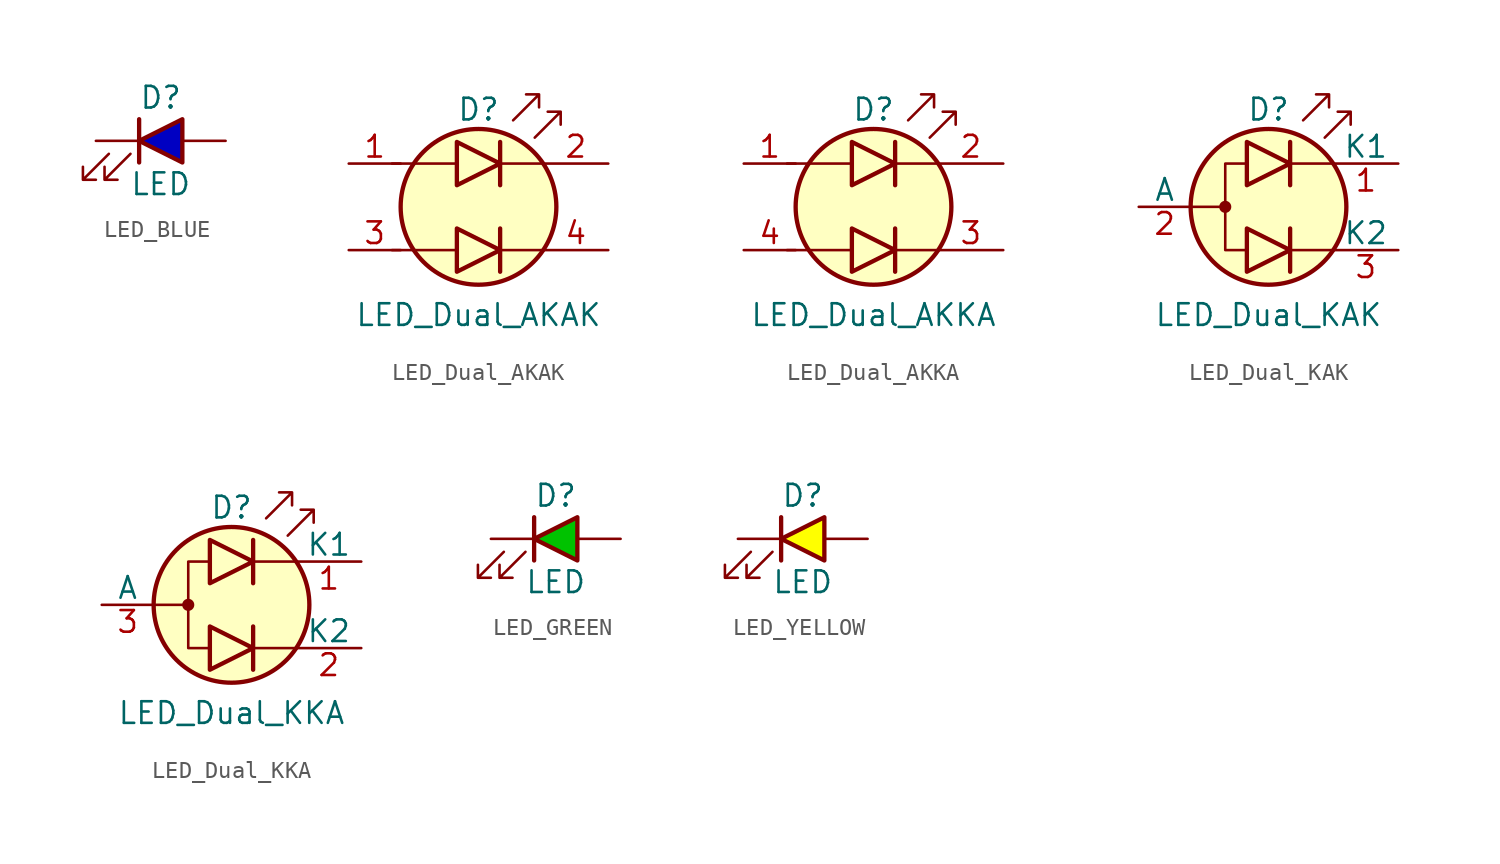
<source format=kicad_sym>
(kicad_symbol_lib
  (version 20241209)
  (generator "kicad_symbol_editor")
  (generator_version "9.0")
  (symbol "LED_BLUE"
    (pin_numbers
      (hide yes))
    (pin_names
      (offset 1.016)
      (hide yes))
    (property "Reference" "D"
      (at 0 2.54 0)
      (effects (font (size 1.27 1.27))))
    (property "Value" "LED"
      (at 0 -2.54 0)
      (effects (font (size 1.27 1.27))))
    (symbol "LED_BLUE_0_1"
      (polyline (pts (xy -3.048 -0.762) (xy -4.572 -2.286) (xy -3.81 -2.286) (xy -4.572 -2.286) (xy -4.572 -1.524)) (stroke (width 0) (type default)) (fill (type none)))
      (polyline (pts (xy -1.778 -0.762) (xy -3.302 -2.286) (xy -2.54 -2.286) (xy -3.302 -2.286) (xy -3.302 -1.524)) (stroke (width 0) (type default)) (fill (type none)))
      (polyline (pts (xy -1.27 -1.27) (xy -1.27 1.27)) (stroke (width 0.254) (type default)) (fill (type none))))
    (symbol "LED_BLUE_1_1"
      (polyline (pts (xy 1.27 -1.27) (xy 1.27 1.27) (xy -1.27 0) (xy 1.27 -1.27)) (stroke (width 0.254) (type solid)) (fill (type color) (color 0 0 194 1)))
      (pin passive line (at -3.81 0 0) (length 2.54) (name "K" (effects (font (size 1.27 1.27)))) (number "1" (effects (font (size 1.27 1.27)))))
      (pin passive line (at 3.81 0 180) (length 2.54) (name "A" (effects (font (size 1.27 1.27)))) (number "2" (effects (font (size 1.27 1.27)))))))
  (symbol "LED_Dual_AKAK"
    (pin_names
      (offset 0)
      (hide yes))
    (property "Reference" "D"
      (at 0 5.715 0)
      (effects (font (size 1.27 1.27))))
    (property "Value" "LED_Dual_AKAK"
      (at 0 -6.35 0)
      (effects (font (size 1.27 1.27))))
    (symbol "LED_Dual_AKAK_0_1"
      (polyline (pts (xy -5.08 2.54) (xy -1.27 2.54)) (stroke (width 0) (type default)) (fill (type none)))
      (polyline (pts (xy -5.08 -2.54) (xy -1.27 -2.54)) (stroke (width 0) (type default)) (fill (type none)))
      (polyline (pts (xy -1.27 3.81) (xy -1.27 1.27) (xy 1.27 2.54) (xy -1.27 3.81)) (stroke (width 0.254) (type default)) (fill (type none)))
      (polyline (pts (xy -1.27 -1.27) (xy -1.27 -3.81) (xy 1.27 -2.54) (xy -1.27 -1.27)) (stroke (width 0.254) (type default)) (fill (type none)))
      (circle (center 0 0) (radius 4.572) (stroke (width 0.254) (type default)) (fill (type background)))
      (polyline (pts (xy 1.27 3.81) (xy 1.27 1.27)) (stroke (width 0.254) (type default)) (fill (type none)))
      (polyline (pts (xy 1.27 -1.27) (xy 1.27 -3.81)) (stroke (width 0.254) (type default)) (fill (type none)))
      (polyline (pts (xy 2.032 5.08) (xy 3.556 6.604) (xy 2.794 6.604) (xy 3.556 6.604) (xy 3.556 5.842)) (stroke (width 0) (type default)) (fill (type none)))
      (polyline (pts (xy 3.302 4.064) (xy 4.826 5.588) (xy 4.064 5.588) (xy 4.826 5.588) (xy 4.826 4.826)) (stroke (width 0) (type default)) (fill (type none)))
      (polyline (pts (xy 3.81 2.54) (xy 1.27 2.54)) (stroke (width 0) (type default)) (fill (type none)))
      (polyline (pts (xy 3.81 -2.54) (xy 1.27 -2.54)) (stroke (width 0) (type default)) (fill (type none))))
    (symbol "LED_Dual_AKAK_1_1"
      (pin input line (at -7.62 2.54 0) (length 3.048) (name "A1" (effects (font (size 1.27 1.27)))) (number "1" (effects (font (size 1.27 1.27)))))
      (pin input line (at -7.62 -2.54 0) (length 3.048) (name "A2" (effects (font (size 1.27 1.27)))) (number "3" (effects (font (size 1.27 1.27)))))
      (pin input line (at 7.62 2.54 180) (length 3.81) (name "K1" (effects (font (size 1.27 1.27)))) (number "2" (effects (font (size 1.27 1.27)))))
      (pin input line (at 7.62 -2.54 180) (length 3.81) (name "K2" (effects (font (size 1.27 1.27)))) (number "4" (effects (font (size 1.27 1.27)))))))
  (symbol "LED_Dual_AKKA"
    (pin_names
      (offset 0)
      (hide yes))
    (property "Reference" "D"
      (at 0 5.715 0)
      (effects (font (size 1.27 1.27))))
    (property "Value" "LED_Dual_AKKA"
      (at 0 -6.35 0)
      (effects (font (size 1.27 1.27))))
    (symbol "LED_Dual_AKKA_0_1"
      (polyline (pts (xy -5.08 2.54) (xy -1.27 2.54)) (stroke (width 0) (type default)) (fill (type none)))
      (polyline (pts (xy -5.08 -2.54) (xy -1.27 -2.54)) (stroke (width 0) (type default)) (fill (type none)))
      (polyline (pts (xy -1.27 3.81) (xy -1.27 1.27) (xy 1.27 2.54) (xy -1.27 3.81)) (stroke (width 0.254) (type default)) (fill (type none)))
      (polyline (pts (xy -1.27 -1.27) (xy -1.27 -3.81) (xy 1.27 -2.54) (xy -1.27 -1.27)) (stroke (width 0.254) (type default)) (fill (type none)))
      (circle (center 0 0) (radius 4.572) (stroke (width 0.254) (type default)) (fill (type background)))
      (polyline (pts (xy 1.27 3.81) (xy 1.27 1.27)) (stroke (width 0.254) (type default)) (fill (type none)))
      (polyline (pts (xy 1.27 -1.27) (xy 1.27 -3.81)) (stroke (width 0.254) (type default)) (fill (type none)))
      (polyline (pts (xy 2.032 5.08) (xy 3.556 6.604) (xy 2.794 6.604) (xy 3.556 6.604) (xy 3.556 5.842)) (stroke (width 0) (type default)) (fill (type none)))
      (polyline (pts (xy 3.302 4.064) (xy 4.826 5.588) (xy 4.064 5.588) (xy 4.826 5.588) (xy 4.826 4.826)) (stroke (width 0) (type default)) (fill (type none)))
      (polyline (pts (xy 3.81 2.54) (xy 1.27 2.54)) (stroke (width 0) (type default)) (fill (type none)))
      (polyline (pts (xy 3.81 -2.54) (xy 1.27 -2.54)) (stroke (width 0) (type default)) (fill (type none))))
    (symbol "LED_Dual_AKKA_1_1"
      (pin input line (at -7.62 2.54 0) (length 3.048) (name "A1" (effects (font (size 1.27 1.27)))) (number "1" (effects (font (size 1.27 1.27)))))
      (pin input line (at -7.62 -2.54 0) (length 3.048) (name "A2" (effects (font (size 1.27 1.27)))) (number "4" (effects (font (size 1.27 1.27)))))
      (pin input line (at 7.62 2.54 180) (length 3.81) (name "K1" (effects (font (size 1.27 1.27)))) (number "2" (effects (font (size 1.27 1.27)))))
      (pin input line (at 7.62 -2.54 180) (length 3.81) (name "K2" (effects (font (size 1.27 1.27)))) (number "3" (effects (font (size 1.27 1.27)))))))
  (symbol "LED_Dual_KAK"
    (pin_names
      (offset 0))
    (property "Reference" "D"
      (at 0 5.715 0)
      (effects (font (size 1.27 1.27))))
    (property "Value" "LED_Dual_KAK"
      (at 0 -6.35 0)
      (effects (font (size 1.27 1.27))))
    (symbol "LED_Dual_KAK_0_1"
      (polyline (pts (xy -4.572 0) (xy -2.54 0)) (stroke (width 0) (type default)) (fill (type none)))
      (circle (center -2.54 0) (radius 0.279) (stroke (width 0) (type default)) (fill (type outline)))
      (polyline (pts (xy -1.27 3.81) (xy -1.27 1.27) (xy 1.27 2.54) (xy -1.27 3.81)) (stroke (width 0.254) (type default)) (fill (type none)))
      (polyline (pts (xy -1.27 2.54) (xy -2.54 2.54) (xy -2.54 -2.54) (xy -1.27 -2.54)) (stroke (width 0) (type default)) (fill (type none)))
      (polyline (pts (xy -1.27 -1.27) (xy -1.27 -3.81) (xy 1.27 -2.54) (xy -1.27 -1.27)) (stroke (width 0.254) (type default)) (fill (type none)))
      (circle (center 0 0) (radius 4.572) (stroke (width 0.254) (type default)) (fill (type background)))
      (polyline (pts (xy 1.27 3.81) (xy 1.27 1.27)) (stroke (width 0.254) (type default)) (fill (type none)))
      (polyline (pts (xy 1.27 -1.27) (xy 1.27 -3.81)) (stroke (width 0.254) (type default)) (fill (type none)))
      (polyline (pts (xy 2.032 5.08) (xy 3.556 6.604) (xy 2.794 6.604) (xy 3.556 6.604) (xy 3.556 5.842)) (stroke (width 0) (type default)) (fill (type none)))
      (polyline (pts (xy 3.302 4.064) (xy 4.826 5.588) (xy 4.064 5.588) (xy 4.826 5.588) (xy 4.826 4.826)) (stroke (width 0) (type default)) (fill (type none)))
      (polyline (pts (xy 3.81 2.54) (xy 1.27 2.54)) (stroke (width 0) (type default)) (fill (type none)))
      (polyline (pts (xy 3.81 -2.54) (xy 1.27 -2.54)) (stroke (width 0) (type default)) (fill (type none))))
    (symbol "LED_Dual_KAK_1_1"
      (pin input line (at -7.62 0 0) (length 3.048) (name "A" (effects (font (size 1.27 1.27)))) (number "2" (effects (font (size 1.27 1.27)))))
      (pin input line (at 7.62 2.54 180) (length 3.81) (name "K1" (effects (font (size 1.27 1.27)))) (number "1" (effects (font (size 1.27 1.27)))))
      (pin input line (at 7.62 -2.54 180) (length 3.81) (name "K2" (effects (font (size 1.27 1.27)))) (number "3" (effects (font (size 1.27 1.27)))))))
  (symbol "LED_Dual_KKA"
    (pin_names
      (offset 0))
    (property "Reference" "D"
      (at 0 5.715 0)
      (effects (font (size 1.27 1.27))))
    (property "Value" "LED_Dual_KKA"
      (at 0 -6.35 0)
      (effects (font (size 1.27 1.27))))
    (symbol "LED_Dual_KKA_0_1"
      (polyline (pts (xy -4.572 0) (xy -2.54 0)) (stroke (width 0) (type default)) (fill (type none)))
      (circle (center -2.54 0) (radius 0.279) (stroke (width 0) (type default)) (fill (type outline)))
      (polyline (pts (xy -1.27 3.81) (xy -1.27 1.27) (xy 1.27 2.54) (xy -1.27 3.81)) (stroke (width 0.254) (type default)) (fill (type none)))
      (polyline (pts (xy -1.27 2.54) (xy -2.54 2.54) (xy -2.54 -2.54) (xy -1.27 -2.54)) (stroke (width 0) (type default)) (fill (type none)))
      (polyline (pts (xy -1.27 -1.27) (xy -1.27 -3.81) (xy 1.27 -2.54) (xy -1.27 -1.27)) (stroke (width 0.254) (type default)) (fill (type none)))
      (circle (center 0 0) (radius 4.572) (stroke (width 0.254) (type default)) (fill (type background)))
      (polyline (pts (xy 1.27 3.81) (xy 1.27 1.27)) (stroke (width 0.254) (type default)) (fill (type none)))
      (polyline (pts (xy 1.27 -1.27) (xy 1.27 -3.81)) (stroke (width 0.254) (type default)) (fill (type none)))
      (polyline (pts (xy 2.032 5.08) (xy 3.556 6.604) (xy 2.794 6.604) (xy 3.556 6.604) (xy 3.556 5.842)) (stroke (width 0) (type default)) (fill (type none)))
      (polyline (pts (xy 3.302 4.064) (xy 4.826 5.588) (xy 4.064 5.588) (xy 4.826 5.588) (xy 4.826 4.826)) (stroke (width 0) (type default)) (fill (type none)))
      (polyline (pts (xy 3.81 2.54) (xy 1.27 2.54)) (stroke (width 0) (type default)) (fill (type none)))
      (polyline (pts (xy 3.81 -2.54) (xy 1.27 -2.54)) (stroke (width 0) (type default)) (fill (type none))))
    (symbol "LED_Dual_KKA_1_1"
      (pin input line (at -7.62 0 0) (length 3.048) (name "A" (effects (font (size 1.27 1.27)))) (number "3" (effects (font (size 1.27 1.27)))))
      (pin input line (at 7.62 2.54 180) (length 3.81) (name "K1" (effects (font (size 1.27 1.27)))) (number "1" (effects (font (size 1.27 1.27)))))
      (pin input line (at 7.62 -2.54 180) (length 3.81) (name "K2" (effects (font (size 1.27 1.27)))) (number "2" (effects (font (size 1.27 1.27)))))))
  (symbol "LED_GREEN"
    (pin_numbers
      (hide yes))
    (pin_names
      (offset 1.016)
      (hide yes))
    (property "Reference" "D"
      (at 0 2.54 0)
      (effects (font (size 1.27 1.27))))
    (property "Value" "LED"
      (at 0 -2.54 0)
      (effects (font (size 1.27 1.27))))
    (symbol "LED_GREEN_0_1"
      (polyline (pts (xy -3.048 -0.762) (xy -4.572 -2.286) (xy -3.81 -2.286) (xy -4.572 -2.286) (xy -4.572 -1.524)) (stroke (width 0) (type default)) (fill (type none)))
      (polyline (pts (xy -1.778 -0.762) (xy -3.302 -2.286) (xy -2.54 -2.286) (xy -3.302 -2.286) (xy -3.302 -1.524)) (stroke (width 0) (type default)) (fill (type none)))
      (polyline (pts (xy -1.27 -1.27) (xy -1.27 1.27)) (stroke (width 0.254) (type default)) (fill (type none))))
    (symbol "LED_GREEN_1_1"
      (polyline (pts (xy 1.27 -1.27) (xy 1.27 1.27) (xy -1.27 0) (xy 1.27 -1.27)) (stroke (width 0.254) (type solid)) (fill (type color) (color 0 194 0 1)))
      (pin passive line (at -3.81 0 0) (length 2.54) (name "K" (effects (font (size 1.27 1.27)))) (number "1" (effects (font (size 1.27 1.27)))))
      (pin passive line (at 3.81 0 180) (length 2.54) (name "A" (effects (font (size 1.27 1.27)))) (number "2" (effects (font (size 1.27 1.27)))))))
  (symbol "LED_YELLOW"
    (pin_numbers
      (hide yes))
    (pin_names
      (offset 1.016)
      (hide yes))
    (property "Reference" "D"
      (at 0 2.54 0)
      (effects (font (size 1.27 1.27))))
    (property "Value" "LED"
      (at 0 -2.54 0)
      (effects (font (size 1.27 1.27))))
    (symbol "LED_YELLOW_0_1"
      (polyline (pts (xy -3.048 -0.762) (xy -4.572 -2.286) (xy -3.81 -2.286) (xy -4.572 -2.286) (xy -4.572 -1.524)) (stroke (width 0) (type default)) (fill (type none)))
      (polyline (pts (xy -1.778 -0.762) (xy -3.302 -2.286) (xy -2.54 -2.286) (xy -3.302 -2.286) (xy -3.302 -1.524)) (stroke (width 0) (type default)) (fill (type none)))
      (polyline (pts (xy -1.27 -1.27) (xy -1.27 1.27)) (stroke (width 0.254) (type default)) (fill (type none))))
    (symbol "LED_YELLOW_1_1"
      (polyline (pts (xy 1.27 -1.27) (xy 1.27 1.27) (xy -1.27 0) (xy 1.27 -1.27)) (stroke (width 0.254) (type solid)) (fill (type color) (color 255 255 0 1)))
      (pin passive line (at -3.81 0 0) (length 2.54) (name "K" (effects (font (size 1.27 1.27)))) (number "1" (effects (font (size 1.27 1.27)))))
      (pin passive line (at 3.81 0 180) (length 2.54) (name "A" (effects (font (size 1.27 1.27)))) (number "2" (effects (font (size 1.27 1.27))))))))
</source>
